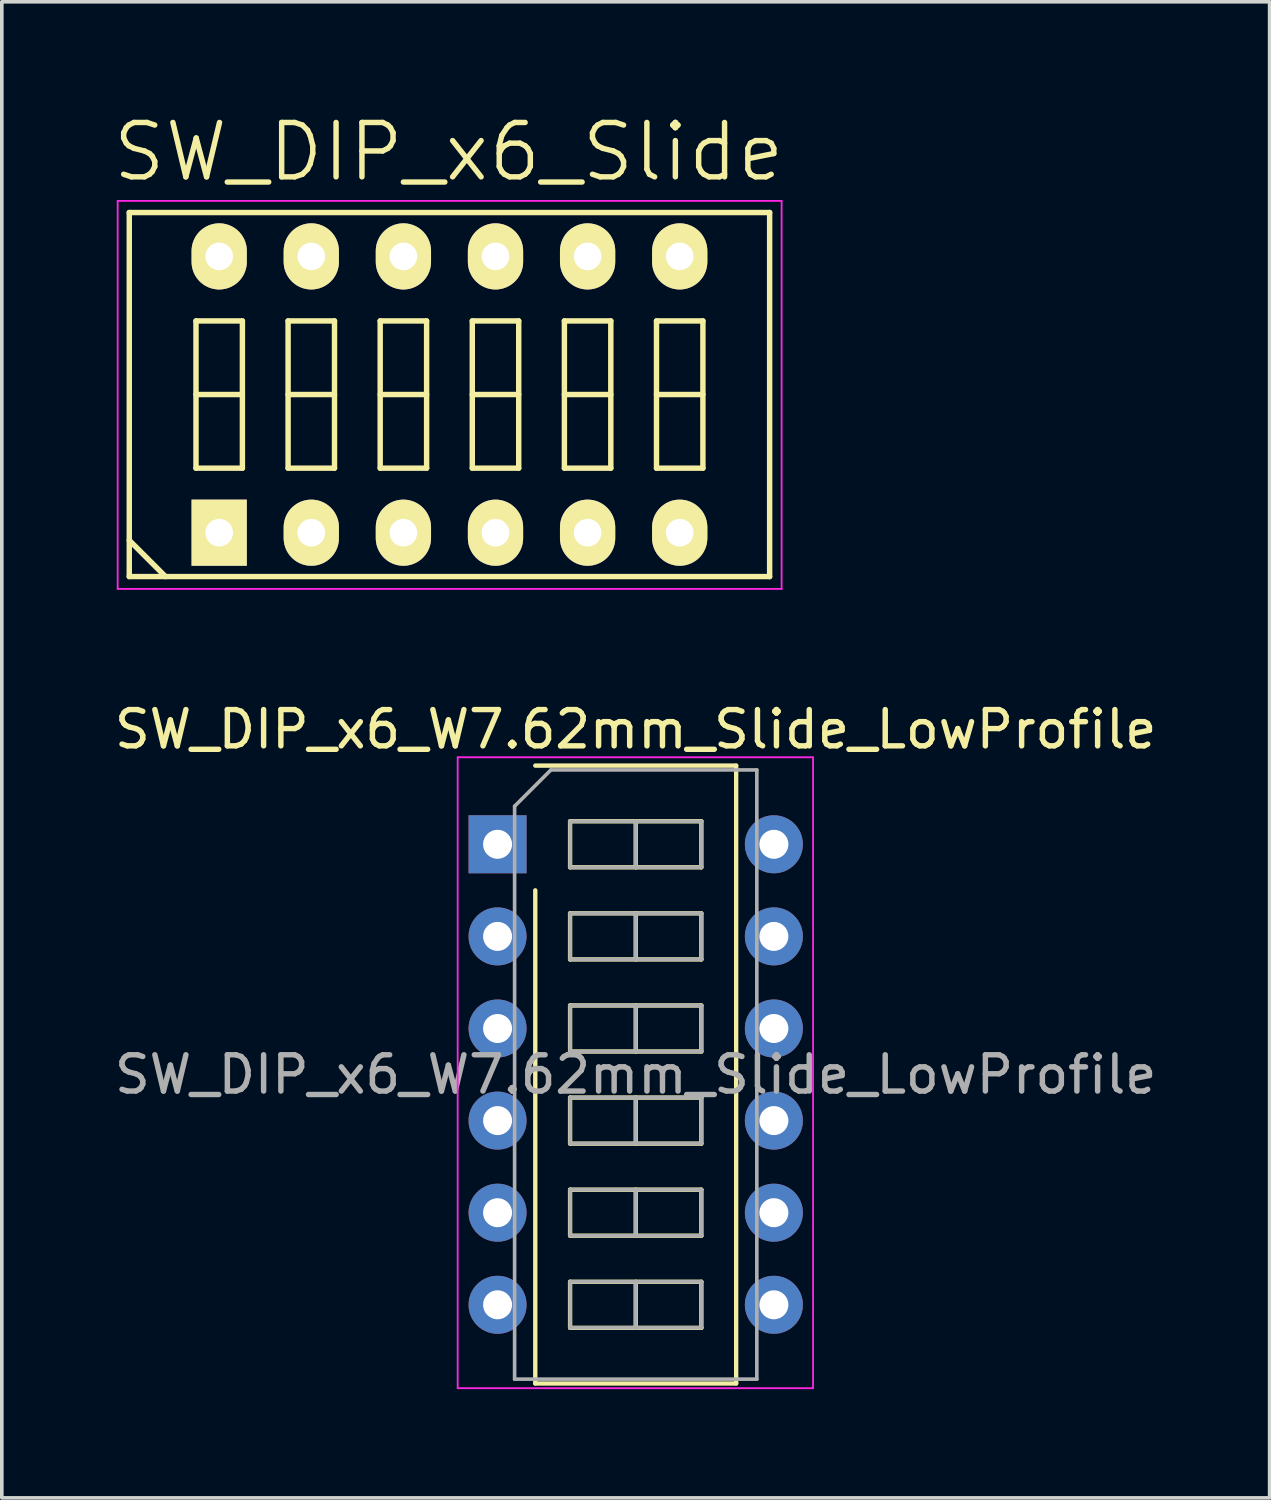
<source format=kicad_pcb>
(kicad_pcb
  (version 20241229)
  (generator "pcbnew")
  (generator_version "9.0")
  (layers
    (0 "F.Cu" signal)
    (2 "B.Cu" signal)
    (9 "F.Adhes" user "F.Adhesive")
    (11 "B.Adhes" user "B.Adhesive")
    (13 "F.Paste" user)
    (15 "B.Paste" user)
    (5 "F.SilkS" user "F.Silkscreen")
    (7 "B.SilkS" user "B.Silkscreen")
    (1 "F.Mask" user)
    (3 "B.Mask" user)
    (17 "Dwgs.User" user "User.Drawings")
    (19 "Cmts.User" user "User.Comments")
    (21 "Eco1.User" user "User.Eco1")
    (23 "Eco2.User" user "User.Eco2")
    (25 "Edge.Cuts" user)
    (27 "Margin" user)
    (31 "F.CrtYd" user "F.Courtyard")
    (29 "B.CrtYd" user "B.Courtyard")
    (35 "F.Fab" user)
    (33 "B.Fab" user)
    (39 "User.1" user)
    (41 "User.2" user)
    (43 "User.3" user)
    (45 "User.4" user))
  (footprint "SW_DIP_x6_Slide"
    (layer "F.Cu")
    (at 2.995 11.641)
    (property "Reference" "SW_DIP_x6_Slide" (at 6.33 -10.5 0) (layer "F.SilkS") (effects (font (size 1.5 1.5) (thickness 0.15))))
    (attr through_hole)
    (fp_line (start -2.48 -8.83) (end 15.18 -8.83) (stroke (width 0.15) (type solid)) (layer "F.SilkS"))
    (fp_line (start -2.48 0.21) (end -1.48 1.21) (stroke (width 0.15) (type solid)) (layer "F.SilkS"))
    (fp_line (start -2.48 1.21) (end -2.48 -8.83) (stroke (width 0.15) (type solid)) (layer "F.SilkS"))
    (fp_line (start -0.64 -5.84) (end -0.64 -1.78) (stroke (width 0.15) (type solid)) (layer "F.SilkS"))
    (fp_line (start -0.64 -3.81) (end 0.64 -3.81) (stroke (width 0.15) (type solid)) (layer "F.SilkS"))
    (fp_line (start -0.64 -1.78) (end 0.64 -1.78) (stroke (width 0.15) (type solid)) (layer "F.SilkS"))
    (fp_line (start 0.64 -5.84) (end -0.64 -5.84) (stroke (width 0.15) (type solid)) (layer "F.SilkS"))
    (fp_line (start 0.64 -1.78) (end 0.64 -5.84) (stroke (width 0.15) (type solid)) (layer "F.SilkS"))
    (fp_line (start 1.9 -5.84) (end 1.9 -1.78) (stroke (width 0.15) (type solid)) (layer "F.SilkS"))
    (fp_line (start 1.9 -3.81) (end 3.18 -3.81) (stroke (width 0.15) (type solid)) (layer "F.SilkS"))
    (fp_line (start 1.9 -1.78) (end 3.18 -1.78) (stroke (width 0.15) (type solid)) (layer "F.SilkS"))
    (fp_line (start 3.18 -5.84) (end 1.9 -5.84) (stroke (width 0.15) (type solid)) (layer "F.SilkS"))
    (fp_line (start 3.18 -1.78) (end 3.18 -5.84) (stroke (width 0.15) (type solid)) (layer "F.SilkS"))
    (fp_line (start 4.44 -5.84) (end 4.44 -1.78) (stroke (width 0.15) (type solid)) (layer "F.SilkS"))
    (fp_line (start 4.44 -3.81) (end 5.72 -3.81) (stroke (width 0.15) (type solid)) (layer "F.SilkS"))
    (fp_line (start 4.44 -1.78) (end 5.72 -1.78) (stroke (width 0.15) (type solid)) (layer "F.SilkS"))
    (fp_line (start 5.72 -5.84) (end 4.44 -5.84) (stroke (width 0.15) (type solid)) (layer "F.SilkS"))
    (fp_line (start 5.72 -1.78) (end 5.72 -5.84) (stroke (width 0.15) (type solid)) (layer "F.SilkS"))
    (fp_line (start 6.98 -5.84) (end 6.98 -1.78) (stroke (width 0.15) (type solid)) (layer "F.SilkS"))
    (fp_line (start 6.98 -3.81) (end 8.26 -3.81) (stroke (width 0.15) (type solid)) (layer "F.SilkS"))
    (fp_line (start 6.98 -1.78) (end 8.26 -1.78) (stroke (width 0.15) (type solid)) (layer "F.SilkS"))
    (fp_line (start 8.26 -5.84) (end 6.98 -5.84) (stroke (width 0.15) (type solid)) (layer "F.SilkS"))
    (fp_line (start 8.26 -1.78) (end 8.26 -5.84) (stroke (width 0.15) (type solid)) (layer "F.SilkS"))
    (fp_line (start 9.52 -5.84) (end 9.52 -1.78) (stroke (width 0.15) (type solid)) (layer "F.SilkS"))
    (fp_line (start 9.52 -3.81) (end 10.8 -3.81) (stroke (width 0.15) (type solid)) (layer "F.SilkS"))
    (fp_line (start 9.52 -1.78) (end 10.8 -1.78) (stroke (width 0.15) (type solid)) (layer "F.SilkS"))
    (fp_line (start 10.8 -5.84) (end 9.52 -5.84) (stroke (width 0.15) (type solid)) (layer "F.SilkS"))
    (fp_line (start 10.8 -1.78) (end 10.8 -5.84) (stroke (width 0.15) (type solid)) (layer "F.SilkS"))
    (fp_line (start 12.06 -5.84) (end 12.06 -1.78) (stroke (width 0.15) (type solid)) (layer "F.SilkS"))
    (fp_line (start 12.06 -3.81) (end 13.34 -3.81) (stroke (width 0.15) (type solid)) (layer "F.SilkS"))
    (fp_line (start 12.06 -1.78) (end 13.34 -1.78) (stroke (width 0.15) (type solid)) (layer "F.SilkS"))
    (fp_line (start 13.34 -5.84) (end 12.06 -5.84) (stroke (width 0.15) (type solid)) (layer "F.SilkS"))
    (fp_line (start 13.34 -1.78) (end 13.34 -5.84) (stroke (width 0.15) (type solid)) (layer "F.SilkS"))
    (fp_line (start 15.18 -8.83) (end 15.18 1.21) (stroke (width 0.15) (type solid)) (layer "F.SilkS"))
    (fp_line (start 15.18 1.21) (end -2.48 1.21) (stroke (width 0.15) (type solid)) (layer "F.SilkS"))
    (fp_line (start -2.8 -9.15) (end -2.8 1.55) (stroke (width 0.05) (type solid)) (layer "F.CrtYd"))
    (fp_line (start -2.8 1.55) (end 15.51 1.55) (stroke (width 0.05) (type solid)) (layer "F.CrtYd"))
    (fp_line (start 15.51 -9.15) (end -2.8 -9.15) (stroke (width 0.05) (type solid)) (layer "F.CrtYd"))
    (fp_line (start 15.51 1.55) (end 15.51 -9.15) (stroke (width 0.05) (type solid)) (layer "F.CrtYd"))
    (pad "1" thru_hole rect (at 0 0) (size 1.524 1.824) (drill 0.762) (layers "*.Cu" "*.Mask" "F.SilkS"))
    (pad "2" thru_hole oval (at 2.54 0) (size 1.524 1.824) (drill 0.762) (layers "*.Cu" "*.Mask" "F.SilkS"))
    (pad "3" thru_hole oval (at 5.08 0) (size 1.524 1.824) (drill 0.762) (layers "*.Cu" "*.Mask" "F.SilkS"))
    (pad "4" thru_hole oval (at 7.62 0) (size 1.524 1.824) (drill 0.762) (layers "*.Cu" "*.Mask" "F.SilkS"))
    (pad "5" thru_hole oval (at 10.16 0) (size 1.524 1.824) (drill 0.762) (layers "*.Cu" "*.Mask" "F.SilkS"))
    (pad "6" thru_hole oval (at 12.7 0) (size 1.524 1.824) (drill 0.762) (layers "*.Cu" "*.Mask" "F.SilkS"))
    (pad "7" thru_hole oval (at 12.7 -7.62) (size 1.524 1.824) (drill 0.762) (layers "*.Cu" "*.Mask" "F.SilkS"))
    (pad "8" thru_hole oval (at 10.16 -7.62) (size 1.524 1.824) (drill 0.762) (layers "*.Cu" "*.Mask" "F.SilkS"))
    (pad "9" thru_hole oval (at 7.62 -7.62) (size 1.524 1.824) (drill 0.762) (layers "*.Cu" "*.Mask" "F.SilkS"))
    (pad "10" thru_hole oval (at 5.08 -7.62) (size 1.524 1.824) (drill 0.762) (layers "*.Cu" "*.Mask" "F.SilkS"))
    (pad "11" thru_hole oval (at 2.54 -7.62) (size 1.524 1.824) (drill 0.762) (layers "*.Cu" "*.Mask" "F.SilkS"))
    (pad "12" thru_hole oval (at 0 -7.62) (size 1.524 1.824) (drill 0.762) (layers "*.Cu" "*.Mask" "F.SilkS")))
  (footprint "SW_DIP_x6_W7.62mm_Slide_LowProfile"
    (layer "F.Cu")
    (at 10.672 20.234)
    (property "Reference" "SW_DIP_x6_W7.62mm_Slide_LowProfile" (at 3.81 -3.17 0) (layer "F.SilkS") (effects (font (size 1 1) (thickness 0.15))))
    (attr through_hole)
    (fp_line (start 1.04 -2.17) (end 6.58 -2.17) (stroke (width 0.12) (type solid)) (layer "F.SilkS"))
    (fp_line (start 1.04 14.87) (end 1.04 1.27) (stroke (width 0.12) (type solid)) (layer "F.SilkS"))
    (fp_line (start 2 -0.635) (end 2 0.635) (stroke (width 0.12) (type solid)) (layer "F.SilkS"))
    (fp_line (start 2 0.635) (end 5.62 0.635) (stroke (width 0.12) (type solid)) (layer "F.SilkS"))
    (fp_line (start 2 1.905) (end 2 3.175) (stroke (width 0.12) (type solid)) (layer "F.SilkS"))
    (fp_line (start 2 3.175) (end 5.62 3.175) (stroke (width 0.12) (type solid)) (layer "F.SilkS"))
    (fp_line (start 2 4.445) (end 2 5.715) (stroke (width 0.12) (type solid)) (layer "F.SilkS"))
    (fp_line (start 2 5.715) (end 5.62 5.715) (stroke (width 0.12) (type solid)) (layer "F.SilkS"))
    (fp_line (start 2 6.985) (end 2 8.255) (stroke (width 0.12) (type solid)) (layer "F.SilkS"))
    (fp_line (start 2 8.255) (end 5.62 8.255) (stroke (width 0.12) (type solid)) (layer "F.SilkS"))
    (fp_line (start 2 9.525) (end 2 10.795) (stroke (width 0.12) (type solid)) (layer "F.SilkS"))
    (fp_line (start 2 10.795) (end 5.62 10.795) (stroke (width 0.12) (type solid)) (layer "F.SilkS"))
    (fp_line (start 2 12.065) (end 2 13.335) (stroke (width 0.12) (type solid)) (layer "F.SilkS"))
    (fp_line (start 2 13.335) (end 5.62 13.335) (stroke (width 0.12) (type solid)) (layer "F.SilkS"))
    (fp_line (start 3.81 -0.635) (end 3.81 0.635) (stroke (width 0.12) (type solid)) (layer "F.SilkS"))
    (fp_line (start 3.81 1.905) (end 3.81 3.175) (stroke (width 0.12) (type solid)) (layer "F.SilkS"))
    (fp_line (start 3.81 4.445) (end 3.81 5.715) (stroke (width 0.12) (type solid)) (layer "F.SilkS"))
    (fp_line (start 3.81 6.985) (end 3.81 8.255) (stroke (width 0.12) (type solid)) (layer "F.SilkS"))
    (fp_line (start 3.81 9.525) (end 3.81 10.795) (stroke (width 0.12) (type solid)) (layer "F.SilkS"))
    (fp_line (start 3.81 12.065) (end 3.81 13.335) (stroke (width 0.12) (type solid)) (layer "F.SilkS"))
    (fp_line (start 5.62 -0.635) (end 2 -0.635) (stroke (width 0.12) (type solid)) (layer "F.SilkS"))
    (fp_line (start 5.62 0.635) (end 5.62 -0.635) (stroke (width 0.12) (type solid)) (layer "F.SilkS"))
    (fp_line (start 5.62 1.905) (end 2 1.905) (stroke (width 0.12) (type solid)) (layer "F.SilkS"))
    (fp_line (start 5.62 3.175) (end 5.62 1.905) (stroke (width 0.12) (type solid)) (layer "F.SilkS"))
    (fp_line (start 5.62 4.445) (end 2 4.445) (stroke (width 0.12) (type solid)) (layer "F.SilkS"))
    (fp_line (start 5.62 5.715) (end 5.62 4.445) (stroke (width 0.12) (type solid)) (layer "F.SilkS"))
    (fp_line (start 5.62 6.985) (end 2 6.985) (stroke (width 0.12) (type solid)) (layer "F.SilkS"))
    (fp_line (start 5.62 8.255) (end 5.62 6.985) (stroke (width 0.12) (type solid)) (layer "F.SilkS"))
    (fp_line (start 5.62 9.525) (end 2 9.525) (stroke (width 0.12) (type solid)) (layer "F.SilkS"))
    (fp_line (start 5.62 10.795) (end 5.62 9.525) (stroke (width 0.12) (type solid)) (layer "F.SilkS"))
    (fp_line (start 5.62 12.065) (end 2 12.065) (stroke (width 0.12) (type solid)) (layer "F.SilkS"))
    (fp_line (start 5.62 13.335) (end 5.62 12.065) (stroke (width 0.12) (type solid)) (layer "F.SilkS"))
    (fp_line (start 6.58 -2.17) (end 6.58 14.87) (stroke (width 0.12) (type solid)) (layer "F.SilkS"))
    (fp_line (start 6.58 14.87) (end 1.04 14.87) (stroke (width 0.12) (type solid)) (layer "F.SilkS"))
    (fp_line (start -1.1 -2.4) (end -1.1 15) (stroke (width 0.05) (type solid)) (layer "F.CrtYd"))
    (fp_line (start -1.1 15) (end 8.7 15) (stroke (width 0.05) (type solid)) (layer "F.CrtYd"))
    (fp_line (start 8.7 -2.4) (end -1.1 -2.4) (stroke (width 0.05) (type solid)) (layer "F.CrtYd"))
    (fp_line (start 8.7 15) (end 8.7 -2.4) (stroke (width 0.05) (type solid)) (layer "F.CrtYd"))
    (fp_line (start 0.47 -1.05) (end 1.47 -2.05) (stroke (width 0.1) (type solid)) (layer "F.Fab"))
    (fp_line (start 0.47 14.75) (end 0.47 -1.05) (stroke (width 0.1) (type solid)) (layer "F.Fab"))
    (fp_line (start 1.47 -2.05) (end 7.15 -2.05) (stroke (width 0.1) (type solid)) (layer "F.Fab"))
    (fp_line (start 2 -0.635) (end 2 0.635) (stroke (width 0.1) (type solid)) (layer "F.Fab"))
    (fp_line (start 2 0.635) (end 5.62 0.635) (stroke (width 0.1) (type solid)) (layer "F.Fab"))
    (fp_line (start 2 1.905) (end 2 3.175) (stroke (width 0.1) (type solid)) (layer "F.Fab"))
    (fp_line (start 2 3.175) (end 5.62 3.175) (stroke (width 0.1) (type solid)) (layer "F.Fab"))
    (fp_line (start 2 4.445) (end 2 5.715) (stroke (width 0.1) (type solid)) (layer "F.Fab"))
    (fp_line (start 2 5.715) (end 5.62 5.715) (stroke (width 0.1) (type solid)) (layer "F.Fab"))
    (fp_line (start 2 6.985) (end 2 8.255) (stroke (width 0.1) (type solid)) (layer "F.Fab"))
    (fp_line (start 2 8.255) (end 5.62 8.255) (stroke (width 0.1) (type solid)) (layer "F.Fab"))
    (fp_line (start 2 9.525) (end 2 10.795) (stroke (width 0.1) (type solid)) (layer "F.Fab"))
    (fp_line (start 2 10.795) (end 5.62 10.795) (stroke (width 0.1) (type solid)) (layer "F.Fab"))
    (fp_line (start 2 12.065) (end 2 13.335) (stroke (width 0.1) (type solid)) (layer "F.Fab"))
    (fp_line (start 2 13.335) (end 5.62 13.335) (stroke (width 0.1) (type solid)) (layer "F.Fab"))
    (fp_line (start 3.81 -0.635) (end 3.81 0.635) (stroke (width 0.1) (type solid)) (layer "F.Fab"))
    (fp_line (start 3.81 1.905) (end 3.81 3.175) (stroke (width 0.1) (type solid)) (layer "F.Fab"))
    (fp_line (start 3.81 4.445) (end 3.81 5.715) (stroke (width 0.1) (type solid)) (layer "F.Fab"))
    (fp_line (start 3.81 6.985) (end 3.81 8.255) (stroke (width 0.1) (type solid)) (layer "F.Fab"))
    (fp_line (start 3.81 9.525) (end 3.81 10.795) (stroke (width 0.1) (type solid)) (layer "F.Fab"))
    (fp_line (start 3.81 12.065) (end 3.81 13.335) (stroke (width 0.1) (type solid)) (layer "F.Fab"))
    (fp_line (start 5.62 -0.635) (end 2 -0.635) (stroke (width 0.1) (type solid)) (layer "F.Fab"))
    (fp_line (start 5.62 0.635) (end 5.62 -0.635) (stroke (width 0.1) (type solid)) (layer "F.Fab"))
    (fp_line (start 5.62 1.905) (end 2 1.905) (stroke (width 0.1) (type solid)) (layer "F.Fab"))
    (fp_line (start 5.62 3.175) (end 5.62 1.905) (stroke (width 0.1) (type solid)) (layer "F.Fab"))
    (fp_line (start 5.62 4.445) (end 2 4.445) (stroke (width 0.1) (type solid)) (layer "F.Fab"))
    (fp_line (start 5.62 5.715) (end 5.62 4.445) (stroke (width 0.1) (type solid)) (layer "F.Fab"))
    (fp_line (start 5.62 6.985) (end 2 6.985) (stroke (width 0.1) (type solid)) (layer "F.Fab"))
    (fp_line (start 5.62 8.255) (end 5.62 6.985) (stroke (width 0.1) (type solid)) (layer "F.Fab"))
    (fp_line (start 5.62 9.525) (end 2 9.525) (stroke (width 0.1) (type solid)) (layer "F.Fab"))
    (fp_line (start 5.62 10.795) (end 5.62 9.525) (stroke (width 0.1) (type solid)) (layer "F.Fab"))
    (fp_line (start 5.62 12.065) (end 2 12.065) (stroke (width 0.1) (type solid)) (layer "F.Fab"))
    (fp_line (start 5.62 13.335) (end 5.62 12.065) (stroke (width 0.1) (type solid)) (layer "F.Fab"))
    (fp_line (start 7.15 -2.05) (end 7.15 14.75) (stroke (width 0.1) (type solid)) (layer "F.Fab"))
    (fp_line (start 7.15 14.75) (end 0.47 14.75) (stroke (width 0.1) (type solid)) (layer "F.Fab"))
    (fp_text user "${REFERENCE}" (at 3.81 6.35 0) (layer "F.Fab") (effects (font (size 1 1) (thickness 0.15))))
    (pad "1" thru_hole rect (at 0 0) (size 1.6 1.6) (drill 0.8) (layers "*.Cu" "*.Mask"))
    (pad "2" thru_hole oval (at 0 2.54) (size 1.6 1.6) (drill 0.8) (layers "*.Cu" "*.Mask"))
    (pad "3" thru_hole oval (at 0 5.08) (size 1.6 1.6) (drill 0.8) (layers "*.Cu" "*.Mask"))
    (pad "4" thru_hole oval (at 0 7.62) (size 1.6 1.6) (drill 0.8) (layers "*.Cu" "*.Mask"))
    (pad "5" thru_hole oval (at 0 10.16) (size 1.6 1.6) (drill 0.8) (layers "*.Cu" "*.Mask"))
    (pad "6" thru_hole oval (at 0 12.7) (size 1.6 1.6) (drill 0.8) (layers "*.Cu" "*.Mask"))
    (pad "7" thru_hole oval (at 7.62 12.7) (size 1.6 1.6) (drill 0.8) (layers "*.Cu" "*.Mask"))
    (pad "8" thru_hole oval (at 7.62 10.16) (size 1.6 1.6) (drill 0.8) (layers "*.Cu" "*.Mask"))
    (pad "9" thru_hole oval (at 7.62 7.62) (size 1.6 1.6) (drill 0.8) (layers "*.Cu" "*.Mask"))
    (pad "10" thru_hole oval (at 7.62 5.08) (size 1.6 1.6) (drill 0.8) (layers "*.Cu" "*.Mask"))
    (pad "11" thru_hole oval (at 7.62 2.54) (size 1.6 1.6) (drill 0.8) (layers "*.Cu" "*.Mask"))
    (pad "12" thru_hole oval (at 7.62 0) (size 1.6 1.6) (drill 0.8) (layers "*.Cu" "*.Mask")))
  (gr_rect
    (start -3 -3)
    (end 31.964 38.259)
    (stroke (width 0.1) (type default))
    (fill no)
    (layer "Edge.Cuts")))
</source>
